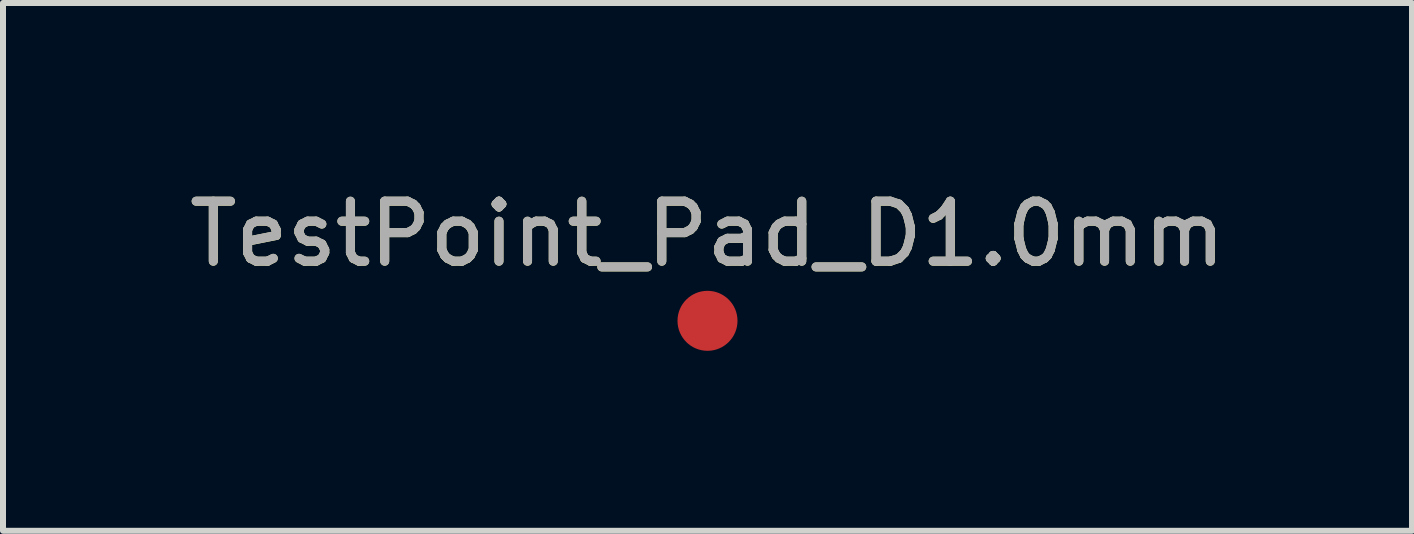
<source format=kicad_pcb>
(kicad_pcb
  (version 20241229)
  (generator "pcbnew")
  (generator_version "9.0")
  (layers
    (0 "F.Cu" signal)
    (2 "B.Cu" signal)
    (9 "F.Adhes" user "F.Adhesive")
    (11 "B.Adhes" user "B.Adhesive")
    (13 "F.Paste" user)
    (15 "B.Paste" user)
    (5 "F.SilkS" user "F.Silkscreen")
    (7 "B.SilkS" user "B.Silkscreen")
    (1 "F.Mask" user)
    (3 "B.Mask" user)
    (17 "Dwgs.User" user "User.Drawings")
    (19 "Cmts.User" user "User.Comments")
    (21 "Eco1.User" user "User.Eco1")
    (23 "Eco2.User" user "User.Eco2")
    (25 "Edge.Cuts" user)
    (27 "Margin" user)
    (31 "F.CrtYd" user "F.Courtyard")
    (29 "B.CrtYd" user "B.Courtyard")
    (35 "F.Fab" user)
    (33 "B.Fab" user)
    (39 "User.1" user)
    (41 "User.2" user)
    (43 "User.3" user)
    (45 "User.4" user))
  (footprint "TestPoint_Pad_D1.0mm"
    (layer "F.Cu")
    (at 8.744 2.298)
    (property "Reference" "TestPoint_Pad_D1.0mm" (at 0 -1.448 0) (layer "F.SilkS") (effects (font (size 1 1) (thickness 0.15))))
    (attr exclude_from_pos_files exclude_from_bom)
    (fp_text user "${REFERENCE}" (at 0 -1.45 0) (layer "F.Fab") (effects (font (size 1 1) (thickness 0.15))))
    (pad "1" smd circle (at 0 0) (size 1 1) (layers "F.Cu" "F.Mask")))
  (gr_rect
    (start -3 -3)
    (end 20.488 5.798)
    (stroke (width 0.1) (type default))
    (fill no)
    (layer "Edge.Cuts")))
</source>
